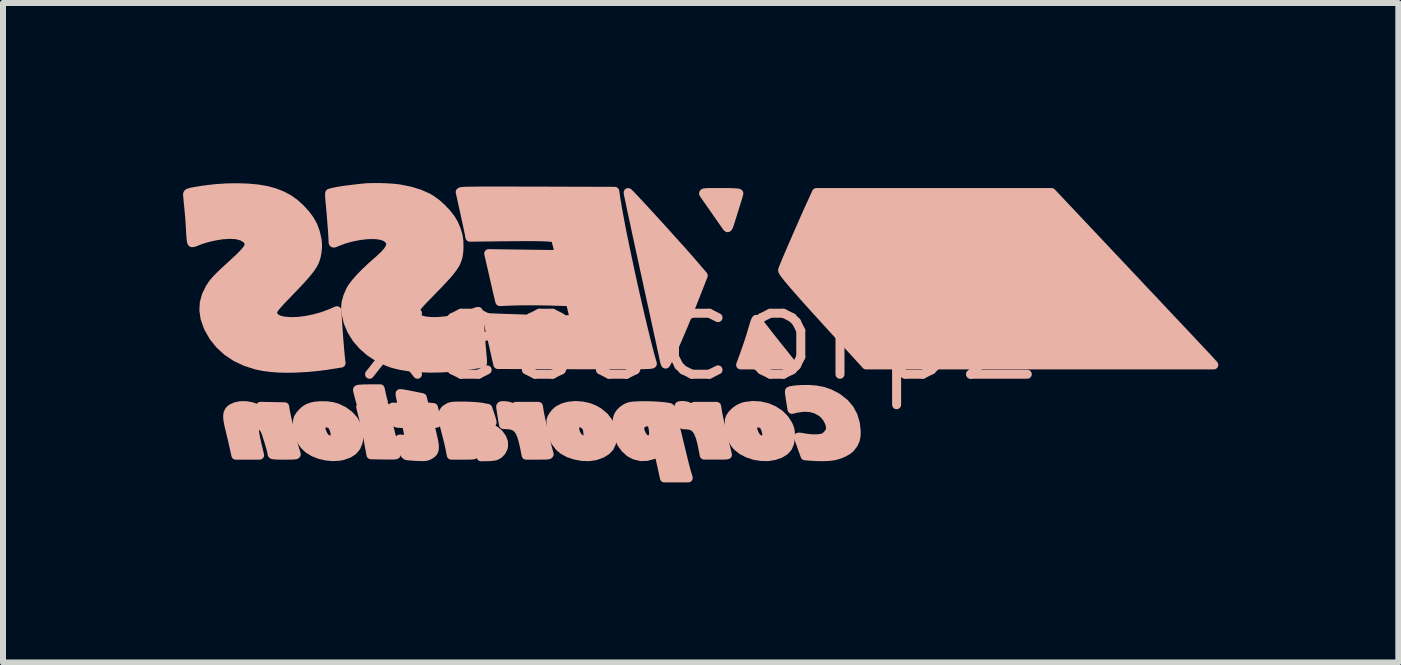
<source format=kicad_pcb>
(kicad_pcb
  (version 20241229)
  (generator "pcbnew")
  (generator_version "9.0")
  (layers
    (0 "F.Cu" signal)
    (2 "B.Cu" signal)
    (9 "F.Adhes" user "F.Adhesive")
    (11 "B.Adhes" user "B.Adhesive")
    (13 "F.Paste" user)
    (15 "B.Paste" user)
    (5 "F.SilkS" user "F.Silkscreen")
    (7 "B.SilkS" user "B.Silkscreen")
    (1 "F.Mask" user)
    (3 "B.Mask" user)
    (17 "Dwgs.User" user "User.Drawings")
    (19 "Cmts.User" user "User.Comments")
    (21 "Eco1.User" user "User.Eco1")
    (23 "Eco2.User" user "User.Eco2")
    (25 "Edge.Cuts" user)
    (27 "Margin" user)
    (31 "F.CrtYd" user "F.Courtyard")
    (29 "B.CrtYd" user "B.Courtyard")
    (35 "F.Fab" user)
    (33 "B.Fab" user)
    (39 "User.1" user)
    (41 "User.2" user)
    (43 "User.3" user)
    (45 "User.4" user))
  (footprint "xesscorp2"
    (layer "F.Cu")
    (at 8.623 2.488)
    (property "Reference" "xesscorp2" (at 0 0 0) (layer "B.SilkS") (effects (font (size 1.524 1.524) (thickness 0.15))))
    (attr through_hole)
    (fp_poly (pts (xy -5.716 0.955) (xy -5.716 0.955) (xy -5.713 0.974) (xy -5.704 1.011) (xy -5.692 1.059) (xy -5.691 1.063) (xy -5.666 1.158) (xy -5.474 1.162) (xy -5.405 1.163) (xy -5.349 1.162) (xy -5.308 1.16) (xy -5.289 1.157) (xy -5.287 1.155) (xy -5.293 1.138) (xy -5.303 1.101) (xy -5.314 1.052) (xy -5.316 1.042) (xy -5.339 0.94) (xy -5.528 0.941) (xy -5.606 0.942) (xy -5.666 0.945) (xy -5.703 0.949) (xy -5.716 0.955)) (stroke (width 0.15) (type solid)) (fill yes) (layer "B.SilkS"))
    (fp_poly (pts (xy 0.667 0.542) (xy 1.099 0.542) (xy 1.531 0.542) (xy 1.263 0.207) (xy 1.196 0.122) (xy 1.132 0.042) (xy 1.076 -0.031) (xy 1.028 -0.093) (xy 0.991 -0.141) (xy 0.968 -0.173) (xy 0.963 -0.181) (xy 0.948 -0.204) (xy 0.937 -0.217) (xy 0.927 -0.217) (xy 0.917 -0.202) (xy 0.904 -0.169) (xy 0.887 -0.116) (xy 0.865 -0.04) (xy 0.861 -0.027) (xy 0.838 0.051) (xy 0.808 0.144) (xy 0.776 0.24) (xy 0.744 0.329) (xy 0.74 0.342) (xy 0.667 0.542)) (stroke (width 0.15) (type solid)) (fill yes) (layer "B.SilkS"))
    (fp_poly (pts (xy -5.663 1.24) (xy -5.659 1.256) (xy -5.651 1.292) (xy -5.638 1.344) (xy -5.622 1.406) (xy -5.62 1.413) (xy -5.603 1.486) (xy -5.582 1.577) (xy -5.562 1.675) (xy -5.542 1.771) (xy -5.535 1.808) (xy -5.492 2.039) (xy -5.278 2.043) (xy -5.198 2.044) (xy -5.141 2.044) (xy -5.104 2.043) (xy -5.082 2.04) (xy -5.072 2.035) (xy -5.071 2.027) (xy -5.073 2.018) (xy -5.131 1.821) (xy -5.183 1.611) (xy -5.216 1.46) (xy -5.261 1.233) (xy -5.462 1.233) (xy -5.532 1.233) (xy -5.592 1.235) (xy -5.636 1.237) (xy -5.66 1.239) (xy -5.663 1.24)) (stroke (width 0.15) (type solid)) (fill yes) (layer "B.SilkS"))
    (fp_poly (pts (xy 0.05 -2.312) (xy 0.056 -2.304) (xy 0.056 -2.303) (xy 0.068 -2.286) (xy 0.093 -2.249) (xy 0.13 -2.197) (xy 0.175 -2.133) (xy 0.226 -2.06) (xy 0.281 -1.981) (xy 0.337 -1.9) (xy 0.393 -1.82) (xy 0.442 -1.75) (xy 0.45 -1.745) (xy 0.459 -1.753) (xy 0.471 -1.779) (xy 0.487 -1.826) (xy 0.501 -1.87) (xy 0.525 -1.948) (xy 0.553 -2.037) (xy 0.58 -2.123) (xy 0.59 -2.157) (xy 0.609 -2.217) (xy 0.624 -2.267) (xy 0.634 -2.302) (xy 0.637 -2.316) (xy 0.623 -2.321) (xy 0.584 -2.325) (xy 0.519 -2.328) (xy 0.429 -2.33) (xy 0.337 -2.33) (xy 0.24 -2.33) (xy 0.166 -2.33) (xy 0.114 -2.329) (xy 0.079 -2.327) (xy 0.059 -2.323) (xy 0.051 -2.319) (xy 0.05 -2.312)) (stroke (width 0.15) (type solid)) (fill yes) (layer "B.SilkS"))
    (fp_poly (pts (xy -3.331 1.234) (xy -3.329 1.255) (xy -3.323 1.296) (xy -3.315 1.35) (xy -3.308 1.394) (xy -3.285 1.535) (xy -3.207 1.539) (xy -3.144 1.547) (xy -3.093 1.567) (xy -3.05 1.6) (xy -3.015 1.649) (xy -2.984 1.717) (xy -2.957 1.807) (xy -2.932 1.92) (xy -2.907 2.046) (xy -2.712 2.046) (xy -2.636 2.045) (xy -2.583 2.044) (xy -2.549 2.042) (xy -2.531 2.038) (xy -2.524 2.031) (xy -2.525 2.022) (xy -2.525 2.022) (xy -2.537 1.98) (xy -2.553 1.919) (xy -2.572 1.842) (xy -2.593 1.755) (xy -2.614 1.664) (xy -2.635 1.574) (xy -2.654 1.491) (xy -2.669 1.42) (xy -2.68 1.366) (xy -2.685 1.341) (xy -2.702 1.233) (xy -2.89 1.233) (xy -3.078 1.233) (xy -3.069 1.268) (xy -3.065 1.288) (xy -3.07 1.295) (xy -3.087 1.287) (xy -3.12 1.265) (xy -3.133 1.256) (xy -3.165 1.241) (xy -3.207 1.229) (xy -3.252 1.222) (xy -3.293 1.22) (xy -3.322 1.224) (xy -3.331 1.234)) (stroke (width 0.15) (type solid)) (fill yes) (layer "B.SilkS"))
    (fp_poly (pts (xy -0.362 1.239) (xy -0.36 1.25) (xy -0.355 1.278) (xy -0.347 1.323) (xy -0.339 1.377) (xy -0.339 1.382) (xy -0.329 1.449) (xy -0.321 1.493) (xy -0.312 1.52) (xy -0.299 1.534) (xy -0.279 1.539) (xy -0.248 1.54) (xy -0.231 1.541) (xy -0.168 1.549) (xy -0.115 1.571) (xy -0.072 1.61) (xy -0.036 1.668) (xy -0.005 1.747) (xy 0.022 1.85) (xy 0.031 1.894) (xy 0.061 2.045) (xy 0.254 2.045) (xy 0.323 2.045) (xy 0.381 2.044) (xy 0.423 2.042) (xy 0.445 2.04) (xy 0.447 2.039) (xy 0.444 2.025) (xy 0.435 1.988) (xy 0.422 1.933) (xy 0.405 1.862) (xy 0.385 1.781) (xy 0.374 1.738) (xy 0.351 1.645) (xy 0.33 1.554) (xy 0.311 1.47) (xy 0.296 1.4) (xy 0.286 1.348) (xy 0.284 1.338) (xy 0.267 1.233) (xy 0.081 1.233) (xy -0.105 1.233) (xy -0.098 1.27) (xy -0.091 1.306) (xy -0.13 1.281) (xy -0.185 1.247) (xy -0.228 1.229) (xy -0.271 1.22) (xy -0.302 1.219) (xy -0.34 1.22) (xy -0.358 1.226) (xy -0.362 1.239)) (stroke (width 0.15) (type solid)) (fill yes) (layer "B.SilkS"))
    (fp_poly (pts (xy 1.366 -1.038) (xy 1.37 -1.023) (xy 1.386 -0.995) (xy 1.415 -0.955) (xy 1.458 -0.901) (xy 1.516 -0.832) (xy 1.588 -0.748) (xy 1.675 -0.649) (xy 1.779 -0.532) (xy 1.899 -0.399) (xy 2.036 -0.248) (xy 2.191 -0.078) (xy 2.254 -0.009) (xy 2.341 0.085) (xy 2.423 0.175) (xy 2.499 0.259) (xy 2.567 0.333) (xy 2.624 0.396) (xy 2.669 0.445) (xy 2.699 0.477) (xy 2.709 0.489) (xy 2.757 0.542) (xy 5.653 0.542) (xy 8.55 0.542) (xy 8.478 0.462) (xy 8.46 0.443) (xy 8.425 0.405) (xy 8.373 0.35) (xy 8.306 0.279) (xy 8.225 0.193) (xy 8.132 0.093) (xy 8.026 -0.019) (xy 7.91 -0.142) (xy 7.784 -0.275) (xy 7.651 -0.417) (xy 7.51 -0.567) (xy 7.362 -0.723) (xy 7.211 -0.884) (xy 7.126 -0.974) (xy 5.847 -2.33) (xy 3.888 -2.33) (xy 1.93 -2.33) (xy 1.817 -2.083) (xy 1.785 -2.013) (xy 1.748 -1.93) (xy 1.707 -1.836) (xy 1.663 -1.736) (xy 1.617 -1.632) (xy 1.572 -1.527) (xy 1.527 -1.425) (xy 1.486 -1.328) (xy 1.448 -1.24) (xy 1.416 -1.164) (xy 1.391 -1.103) (xy 1.374 -1.06) (xy 1.366 -1.039) (xy 1.366 -1.038)) (stroke (width 0.15) (type solid)) (fill yes) (layer "B.SilkS"))
    (fp_poly (pts (xy -2.494 1.475) (xy -2.49 1.604) (xy -2.464 1.72) (xy -2.417 1.822) (xy -2.351 1.907) (xy -2.287 1.961) (xy -2.194 2.011) (xy -2.098 2.043) (xy -2.098 1.619) (xy -2.096 1.566) (xy -2.076 1.528) (xy -2.042 1.508) (xy -1.996 1.507) (xy -1.953 1.523) (xy -1.911 1.558) (xy -1.886 1.611) (xy -1.877 1.685) (xy -1.876 1.691) (xy -1.878 1.736) (xy -1.884 1.761) (xy -1.898 1.777) (xy -1.91 1.784) (xy -1.954 1.795) (xy -1.998 1.78) (xy -2.03 1.756) (xy -2.057 1.723) (xy -2.08 1.682) (xy -2.081 1.682) (xy -2.098 1.619) (xy -2.098 2.043) (xy -2.087 2.046) (xy -1.973 2.067) (xy -1.861 2.07) (xy -1.758 2.056) (xy -1.748 2.053) (xy -1.647 2.017) (xy -1.571 1.97) (xy -1.517 1.912) (xy -1.484 1.84) (xy -1.478 1.816) (xy -1.466 1.749) (xy -1.465 1.695) (xy -1.474 1.643) (xy -1.486 1.604) (xy -1.535 1.497) (xy -1.605 1.407) (xy -1.697 1.33) (xy -1.768 1.289) (xy -1.867 1.249) (xy -1.975 1.226) (xy -2.086 1.219) (xy -2.194 1.229) (xy -2.292 1.255) (xy -2.369 1.295) (xy -2.411 1.331) (xy -2.45 1.378) (xy -2.48 1.427) (xy -2.494 1.47) (xy -2.494 1.475)) (stroke (width 0.15) (type solid)) (fill yes) (layer "B.SilkS"))
    (fp_poly (pts (xy -1.207 -2.329) (xy -1.205 -2.316) (xy -1.198 -2.279) (xy -1.185 -2.218) (xy -1.168 -2.136) (xy -1.147 -2.035) (xy -1.121 -1.916) (xy -1.092 -1.781) (xy -1.06 -1.631) (xy -1.025 -1.469) (xy -0.987 -1.296) (xy -0.948 -1.114) (xy -0.912 -0.952) (xy -0.871 -0.762) (xy -0.831 -0.579) (xy -0.792 -0.404) (xy -0.757 -0.24) (xy -0.724 -0.089) (xy -0.694 0.049) (xy -0.667 0.171) (xy -0.645 0.275) (xy -0.626 0.36) (xy -0.613 0.423) (xy -0.604 0.463) (xy -0.601 0.478) (xy -0.593 0.51) (xy -0.585 0.527) (xy -0.583 0.528) (xy -0.574 0.517) (xy -0.556 0.484) (xy -0.532 0.436) (xy -0.502 0.375) (xy -0.481 0.329) (xy -0.43 0.217) (xy -0.373 0.084) (xy -0.309 -0.065) (xy -0.243 -0.225) (xy -0.174 -0.392) (xy -0.107 -0.562) (xy -0.055 -0.693) (xy 0.044 -0.946) (xy -0.169 -1.194) (xy -0.214 -1.245) (xy -0.27 -1.309) (xy -0.336 -1.384) (xy -0.411 -1.466) (xy -0.491 -1.555) (xy -0.575 -1.648) (xy -0.661 -1.743) (xy -0.747 -1.838) (xy -0.832 -1.93) (xy -0.912 -2.018) (xy -0.987 -2.099) (xy -1.054 -2.171) (xy -1.111 -2.232) (xy -1.157 -2.28) (xy -1.189 -2.313) (xy -1.205 -2.328) (xy -1.207 -2.329)) (stroke (width 0.15) (type solid)) (fill yes) (layer "B.SilkS"))
    (fp_poly (pts (xy 0.474 1.555) (xy 0.488 1.66) (xy 0.521 1.76) (xy 0.57 1.85) (xy 0.609 1.897) (xy 0.689 1.962) (xy 0.787 2.013) (xy 0.867 2.039) (xy 0.867 1.598) (xy 0.875 1.561) (xy 0.889 1.532) (xy 0.909 1.512) (xy 0.934 1.505) (xy 0.965 1.508) (xy 1.007 1.518) (xy 1.041 1.536) (xy 1.044 1.539) (xy 1.066 1.57) (xy 1.086 1.618) (xy 1.1 1.671) (xy 1.105 1.719) (xy 1.103 1.739) (xy 1.083 1.773) (xy 1.047 1.791) (xy 1.003 1.792) (xy 0.958 1.774) (xy 0.943 1.763) (xy 0.916 1.729) (xy 0.89 1.681) (xy 0.872 1.631) (xy 0.867 1.598) (xy 0.867 2.039) (xy 0.897 2.049) (xy 1.012 2.068) (xy 1.128 2.069) (xy 1.23 2.052) (xy 1.327 2.018) (xy 1.4 1.973) (xy 1.452 1.916) (xy 1.483 1.844) (xy 1.496 1.754) (xy 1.497 1.727) (xy 1.495 1.666) (xy 1.489 1.62) (xy 1.475 1.578) (xy 1.457 1.538) (xy 1.396 1.443) (xy 1.315 1.363) (xy 1.218 1.299) (xy 1.109 1.252) (xy 0.992 1.225) (xy 0.87 1.218) (xy 0.747 1.233) (xy 0.712 1.242) (xy 0.646 1.27) (xy 0.584 1.312) (xy 0.531 1.363) (xy 0.494 1.417) (xy 0.48 1.456) (xy 0.474 1.555)) (stroke (width 0.15) (type solid)) (fill yes) (layer "B.SilkS"))
    (fp_poly (pts (xy -6.719 1.535) (xy -6.716 1.596) (xy -6.695 1.705) (xy -6.648 1.809) (xy -6.6 1.879) (xy -6.535 1.941) (xy -6.45 1.993) (xy -6.351 2.033) (xy -6.326 2.039) (xy -6.326 1.598) (xy -6.318 1.561) (xy -6.304 1.532) (xy -6.285 1.512) (xy -6.259 1.505) (xy -6.229 1.508) (xy -6.187 1.518) (xy -6.154 1.535) (xy -6.15 1.538) (xy -6.125 1.572) (xy -6.104 1.623) (xy -6.09 1.677) (xy -6.088 1.724) (xy -6.089 1.733) (xy -6.109 1.77) (xy -6.144 1.791) (xy -6.188 1.793) (xy -6.233 1.775) (xy -6.25 1.763) (xy -6.277 1.729) (xy -6.303 1.681) (xy -6.321 1.631) (xy -6.326 1.598) (xy -6.326 2.039) (xy -6.243 2.059) (xy -6.132 2.07) (xy -6.024 2.064) (xy -5.967 2.054) (xy -5.869 2.02) (xy -5.793 1.972) (xy -5.739 1.908) (xy -5.706 1.828) (xy -5.693 1.748) (xy -5.699 1.646) (xy -5.73 1.549) (xy -5.784 1.458) (xy -5.859 1.377) (xy -5.952 1.309) (xy -6.061 1.257) (xy -6.14 1.235) (xy -6.235 1.223) (xy -6.334 1.222) (xy -6.427 1.23) (xy -6.472 1.24) (xy -6.527 1.258) (xy -6.57 1.28) (xy -6.611 1.313) (xy -6.633 1.335) (xy -6.675 1.381) (xy -6.702 1.425) (xy -6.716 1.474) (xy -6.719 1.535)) (stroke (width 0.15) (type solid)) (fill yes) (layer "B.SilkS"))
    (fp_poly (pts (xy 1.48 0.995) (xy 1.484 1.031) (xy 1.491 1.083) (xy 1.499 1.134) (xy 1.523 1.282) (xy 1.598 1.264) (xy 1.719 1.247) (xy 1.831 1.253) (xy 1.933 1.282) (xy 2.021 1.334) (xy 2.059 1.367) (xy 2.111 1.432) (xy 2.148 1.505) (xy 2.166 1.578) (xy 2.167 1.599) (xy 2.156 1.645) (xy 2.126 1.693) (xy 2.085 1.734) (xy 2.059 1.751) (xy 2.01 1.766) (xy 1.941 1.773) (xy 1.86 1.773) (xy 1.772 1.765) (xy 1.717 1.756) (xy 1.672 1.748) (xy 1.64 1.745) (xy 1.628 1.746) (xy 1.629 1.746) (xy 1.634 1.762) (xy 1.647 1.797) (xy 1.666 1.847) (xy 1.686 1.905) (xy 1.74 2.056) (xy 1.841 2.064) (xy 1.948 2.07) (xy 2.053 2.071) (xy 2.147 2.066) (xy 2.224 2.056) (xy 2.235 2.053) (xy 2.312 2.031) (xy 2.385 2) (xy 2.449 1.964) (xy 2.495 1.926) (xy 2.499 1.921) (xy 2.548 1.855) (xy 2.577 1.792) (xy 2.591 1.722) (xy 2.593 1.659) (xy 2.579 1.52) (xy 2.542 1.393) (xy 2.482 1.28) (xy 2.398 1.181) (xy 2.291 1.096) (xy 2.255 1.074) (xy 2.147 1.019) (xy 2.039 0.982) (xy 1.921 0.96) (xy 1.822 0.952) (xy 1.755 0.951) (xy 1.685 0.952) (xy 1.616 0.956) (xy 1.556 0.962) (xy 1.51 0.97) (xy 1.483 0.978) (xy 1.481 0.98) (xy 1.48 0.995)) (stroke (width 0.15) (type solid)) (fill yes) (layer "B.SilkS"))
    (fp_poly (pts (xy -7.88 1.395) (xy -7.876 1.457) (xy -7.861 1.538) (xy -7.846 1.601) (xy -7.826 1.683) (xy -7.805 1.771) (xy -7.786 1.855) (xy -7.774 1.907) (xy -7.743 2.046) (xy -7.545 2.046) (xy -7.348 2.046) (xy -7.384 1.895) (xy -7.409 1.786) (xy -7.426 1.694) (xy -7.434 1.622) (xy -7.433 1.572) (xy -7.431 1.559) (xy -7.412 1.534) (xy -7.381 1.529) (xy -7.343 1.54) (xy -7.304 1.567) (xy -7.269 1.607) (xy -7.264 1.615) (xy -7.252 1.642) (xy -7.235 1.687) (xy -7.216 1.747) (xy -7.195 1.813) (xy -7.175 1.88) (xy -7.158 1.941) (xy -7.146 1.991) (xy -7.139 2.024) (xy -7.139 2.029) (xy -7.132 2.036) (xy -7.109 2.04) (xy -7.068 2.044) (xy -7.004 2.045) (xy -6.934 2.046) (xy -6.856 2.045) (xy -6.8 2.044) (xy -6.765 2.042) (xy -6.745 2.038) (xy -6.737 2.032) (xy -6.738 2.024) (xy -6.752 1.981) (xy -6.771 1.918) (xy -6.793 1.838) (xy -6.816 1.748) (xy -6.841 1.652) (xy -6.864 1.556) (xy -6.886 1.465) (xy -6.904 1.384) (xy -6.917 1.318) (xy -6.925 1.273) (xy -6.929 1.24) (xy -7.13 1.236) (xy -7.331 1.232) (xy -7.322 1.271) (xy -7.314 1.31) (xy -7.396 1.269) (xy -7.481 1.237) (xy -7.572 1.222) (xy -7.661 1.221) (xy -7.743 1.237) (xy -7.811 1.268) (xy -7.829 1.281) (xy -7.857 1.311) (xy -7.874 1.348) (xy -7.88 1.395)) (stroke (width 0.15) (type solid)) (fill yes) (layer "B.SilkS"))
    (fp_poly (pts (xy -5.131 1.246) (xy -5.105 1.369) (xy -5.094 1.425) (xy -5.083 1.47) (xy -5.075 1.499) (xy -5.073 1.505) (xy -5.056 1.512) (xy -5.021 1.516) (xy -4.987 1.517) (xy -4.908 1.517) (xy -4.892 1.572) (xy -4.88 1.621) (xy -4.87 1.677) (xy -4.868 1.692) (xy -4.864 1.733) (xy -4.869 1.756) (xy -4.883 1.77) (xy -4.89 1.774) (xy -4.929 1.784) (xy -4.974 1.781) (xy -4.999 1.777) (xy -5.015 1.778) (xy -5.021 1.787) (xy -5.018 1.808) (xy -5.006 1.845) (xy -4.984 1.902) (xy -4.97 1.939) (xy -4.944 1.998) (xy -4.922 2.034) (xy -4.902 2.051) (xy -4.9 2.052) (xy -4.874 2.056) (xy -4.829 2.06) (xy -4.77 2.065) (xy -4.721 2.067) (xy -4.653 2.069) (xy -4.605 2.069) (xy -4.572 2.065) (xy -4.545 2.057) (xy -4.521 2.046) (xy -4.484 2.022) (xy -4.457 1.996) (xy -4.441 1.964) (xy -4.435 1.921) (xy -4.438 1.865) (xy -4.452 1.792) (xy -4.473 1.697) (xy -4.478 1.677) (xy -4.492 1.62) (xy -4.503 1.573) (xy -4.51 1.541) (xy -4.511 1.532) (xy -4.499 1.523) (xy -4.468 1.518) (xy -4.45 1.517) (xy -4.414 1.515) (xy -4.392 1.51) (xy -4.39 1.507) (xy -4.393 1.49) (xy -4.402 1.454) (xy -4.414 1.403) (xy -4.421 1.375) (xy -4.451 1.253) (xy -4.525 1.246) (xy -4.599 1.24) (xy -4.618 1.164) (xy -4.637 1.088) (xy -4.82 1.051) (xy -4.886 1.038) (xy -4.943 1.028) (xy -4.984 1.022) (xy -5.006 1.02) (xy -5.007 1.02) (xy -5.007 1.035) (xy -5.001 1.07) (xy -4.991 1.117) (xy -4.987 1.136) (xy -4.962 1.246) (xy -5.046 1.246) (xy -5.131 1.246)) (stroke (width 0.15) (type solid)) (fill yes) (layer "B.SilkS"))
    (fp_poly (pts (xy -1.394 1.596) (xy -1.39 1.65) (xy -1.379 1.7) (xy -1.369 1.733) (xy -1.32 1.843) (xy -1.256 1.932) (xy -1.18 2.001) (xy -1.093 2.046) (xy -1.016 2.064) (xy -1.016 1.598) (xy -1.004 1.549) (xy -0.971 1.513) (xy -0.92 1.493) (xy -0.888 1.49) (xy -0.851 1.493) (xy -0.826 1.505) (xy -0.809 1.53) (xy -0.796 1.574) (xy -0.788 1.619) (xy -0.782 1.69) (xy -0.794 1.744) (xy -0.819 1.779) (xy -0.857 1.793) (xy -0.905 1.784) (xy -0.936 1.768) (xy -0.961 1.742) (xy -0.985 1.701) (xy -1.005 1.653) (xy -1.015 1.609) (xy -1.016 1.598) (xy -1.016 2.064) (xy -0.997 2.069) (xy -0.896 2.066) (xy -0.79 2.038) (xy -0.772 2.031) (xy -0.734 2.015) (xy -0.706 2.007) (xy -0.698 2.007) (xy -0.694 2.021) (xy -0.685 2.057) (xy -0.672 2.111) (xy -0.657 2.177) (xy -0.648 2.218) (xy -0.603 2.425) (xy -0.405 2.425) (xy -0.206 2.425) (xy -0.238 2.32) (xy -0.249 2.28) (xy -0.265 2.217) (xy -0.285 2.137) (xy -0.308 2.044) (xy -0.333 1.941) (xy -0.359 1.833) (xy -0.385 1.725) (xy -0.41 1.62) (xy -0.433 1.523) (xy -0.452 1.439) (xy -0.467 1.371) (xy -0.468 1.365) (xy -0.483 1.304) (xy -0.498 1.268) (xy -0.513 1.254) (xy -0.557 1.245) (xy -0.622 1.237) (xy -0.701 1.23) (xy -0.788 1.225) (xy -0.877 1.222) (xy -0.96 1.221) (xy -0.997 1.222) (xy -1.073 1.225) (xy -1.129 1.229) (xy -1.17 1.235) (xy -1.202 1.244) (xy -1.232 1.257) (xy -1.242 1.262) (xy -1.297 1.299) (xy -1.343 1.346) (xy -1.347 1.352) (xy -1.367 1.384) (xy -1.38 1.414) (xy -1.387 1.452) (xy -1.391 1.506) (xy -1.393 1.527) (xy -1.394 1.596)) (stroke (width 0.15) (type solid)) (fill yes) (layer "B.SilkS"))
    (fp_poly (pts (xy -4.292 1.377) (xy -4.289 1.448) (xy -4.272 1.541) (xy -4.249 1.634) (xy -4.228 1.713) (xy -4.207 1.795) (xy -4.189 1.871) (xy -4.177 1.927) (xy -4.153 2.046) (xy -3.958 2.046) (xy -3.881 2.045) (xy -3.828 2.044) (xy -3.794 2.042) (xy -3.776 2.037) (xy -3.77 2.031) (xy -3.771 2.024) (xy -3.778 2.003) (xy -3.788 1.963) (xy -3.802 1.912) (xy -3.816 1.856) (xy -3.829 1.804) (xy -3.838 1.762) (xy -3.839 1.759) (xy -3.839 1.746) (xy -3.825 1.743) (xy -3.795 1.751) (xy -3.729 1.773) (xy -3.687 1.799) (xy -3.671 1.826) (xy -3.671 1.829) (xy -3.679 1.85) (xy -3.704 1.859) (xy -3.742 1.858) (xy -3.752 1.861) (xy -3.752 1.874) (xy -3.742 1.902) (xy -3.72 1.948) (xy -3.712 1.964) (xy -3.657 2.073) (xy -3.559 2.071) (xy -3.504 2.069) (xy -3.453 2.064) (xy -3.419 2.058) (xy -3.363 2.029) (xy -3.318 1.981) (xy -3.289 1.923) (xy -3.284 1.902) (xy -3.284 1.83) (xy -3.308 1.763) (xy -3.356 1.696) (xy -3.372 1.679) (xy -3.412 1.645) (xy -3.457 1.616) (xy -3.512 1.591) (xy -3.582 1.568) (xy -3.672 1.545) (xy -3.738 1.531) (xy -3.812 1.513) (xy -3.86 1.495) (xy -3.884 1.477) (xy -3.886 1.457) (xy -3.867 1.436) (xy -3.841 1.428) (xy -3.794 1.429) (xy -3.733 1.436) (xy -3.662 1.451) (xy -3.587 1.471) (xy -3.565 1.478) (xy -3.521 1.492) (xy -3.489 1.5) (xy -3.474 1.501) (xy -3.476 1.487) (xy -3.485 1.453) (xy -3.499 1.406) (xy -3.507 1.381) (xy -3.545 1.267) (xy -3.645 1.248) (xy -3.697 1.241) (xy -3.766 1.235) (xy -3.847 1.231) (xy -3.929 1.228) (xy -3.949 1.228) (xy -4.033 1.228) (xy -4.096 1.229) (xy -4.143 1.234) (xy -4.179 1.243) (xy -4.209 1.258) (xy -4.241 1.279) (xy -4.259 1.293) (xy -4.282 1.325) (xy -4.292 1.377)) (stroke (width 0.15) (type solid)) (fill yes) (layer "B.SilkS"))
    (fp_poly (pts (xy -4.005 -2.338) (xy -4.005 -2.334) (xy -4.005 -2.333) (xy -4 -2.313) (xy -3.99 -2.271) (xy -3.977 -2.211) (xy -3.961 -2.138) (xy -3.943 -2.057) (xy -3.924 -1.971) (xy -3.906 -1.886) (xy -3.888 -1.805) (xy -3.873 -1.734) (xy -3.861 -1.676) (xy -3.853 -1.637) (xy -3.85 -1.623) (xy -3.844 -1.586) (xy -3.267 -1.593) (xy -3.138 -1.594) (xy -3.013 -1.595) (xy -2.895 -1.595) (xy -2.788 -1.595) (xy -2.695 -1.594) (xy -2.621 -1.592) (xy -2.568 -1.59) (xy -2.554 -1.589) (xy -2.42 -1.578) (xy -2.397 -1.487) (xy -2.383 -1.432) (xy -2.371 -1.38) (xy -2.364 -1.346) (xy -2.355 -1.296) (xy -2.943 -1.304) (xy -3.53 -1.312) (xy -3.447 -0.95) (xy -3.425 -0.853) (xy -3.404 -0.763) (xy -3.386 -0.684) (xy -3.371 -0.62) (xy -3.36 -0.575) (xy -3.355 -0.552) (xy -3.355 -0.551) (xy -3.345 -0.514) (xy -3.105 -0.523) (xy -3.02 -0.525) (xy -2.915 -0.526) (xy -2.799 -0.526) (xy -2.679 -0.525) (xy -2.563 -0.523) (xy -2.519 -0.522) (xy -2.172 -0.512) (xy -2.141 -0.381) (xy -2.127 -0.324) (xy -2.115 -0.276) (xy -2.107 -0.244) (xy -2.104 -0.236) (xy -2.113 -0.226) (xy -2.147 -0.217) (xy -2.184 -0.213) (xy -2.219 -0.211) (xy -2.278 -0.211) (xy -2.358 -0.211) (xy -2.456 -0.212) (xy -2.57 -0.214) (xy -2.695 -0.217) (xy -2.83 -0.22) (xy -2.971 -0.224) (xy -3.115 -0.229) (xy -3.259 -0.233) (xy -3.355 -0.237) (xy -3.561 -0.245) (xy -3.547 -0.194) (xy -3.54 -0.166) (xy -3.528 -0.117) (xy -3.512 -0.05) (xy -3.493 0.031) (xy -3.472 0.122) (xy -3.455 0.196) (xy -3.378 0.535) (xy -2.088 0.539) (xy -1.872 0.539) (xy -1.681 0.54) (xy -1.515 0.54) (xy -1.37 0.54) (xy -1.247 0.54) (xy -1.143 0.54) (xy -1.056 0.539) (xy -0.985 0.538) (xy -0.929 0.537) (xy -0.885 0.535) (xy -0.853 0.534) (xy -0.83 0.531) (xy -0.816 0.529) (xy -0.808 0.526) (xy -0.804 0.522) (xy -0.805 0.518) (xy -0.805 0.518) (xy -0.835 0.413) (xy -0.869 0.285) (xy -0.907 0.136) (xy -0.948 -0.03) (xy -0.991 -0.209) (xy -1.036 -0.4) (xy -1.081 -0.597) (xy -1.126 -0.799) (xy -1.171 -1.002) (xy -1.214 -1.203) (xy -1.255 -1.399) (xy -1.294 -1.586) (xy -1.329 -1.762) (xy -1.359 -1.923) (xy -1.385 -2.065) (xy -1.405 -2.187) (xy -1.408 -2.201) (xy -1.43 -2.35) (xy -2.721 -2.354) (xy -2.937 -2.354) (xy -3.128 -2.355) (xy -3.294 -2.355) (xy -3.438 -2.355) (xy -3.562 -2.355) (xy -3.666 -2.355) (xy -3.753 -2.354) (xy -3.824 -2.353) (xy -3.88 -2.352) (xy -3.924 -2.351) (xy -3.956 -2.349) (xy -3.979 -2.347) (xy -3.993 -2.344) (xy -4.001 -2.341) (xy -4.005 -2.338)) (stroke (width 0.15) (type solid)) (fill yes) (layer "B.SilkS"))
    (fp_poly (pts (xy -8.548 -2.297) (xy -8.546 -2.274) (xy -8.542 -2.229) (xy -8.537 -2.17) (xy -8.529 -2.101) (xy -8.528 -2.086) (xy -8.52 -1.999) (xy -8.511 -1.898) (xy -8.504 -1.795) (xy -8.499 -1.702) (xy -8.494 -1.613) (xy -8.488 -1.548) (xy -8.481 -1.508) (xy -8.474 -1.495) (xy -8.454 -1.497) (xy -8.418 -1.508) (xy -8.385 -1.522) (xy -8.304 -1.552) (xy -8.204 -1.581) (xy -8.096 -1.605) (xy -7.987 -1.623) (xy -7.957 -1.627) (xy -7.833 -1.634) (xy -7.727 -1.626) (xy -7.64 -1.603) (xy -7.575 -1.564) (xy -7.552 -1.542) (xy -7.531 -1.511) (xy -7.521 -1.479) (xy -7.524 -1.445) (xy -7.541 -1.405) (xy -7.574 -1.359) (xy -7.625 -1.302) (xy -7.693 -1.235) (xy -7.781 -1.153) (xy -7.797 -1.138) (xy -7.888 -1.055) (xy -7.962 -0.987) (xy -8.02 -0.93) (xy -8.067 -0.882) (xy -8.104 -0.84) (xy -8.134 -0.8) (xy -8.161 -0.76) (xy -8.176 -0.737) (xy -8.235 -0.616) (xy -8.269 -0.493) (xy -8.276 -0.368) (xy -8.257 -0.238) (xy -8.211 -0.104) (xy -8.197 -0.072) (xy -8.114 0.073) (xy -8.01 0.202) (xy -7.886 0.315) (xy -7.743 0.41) (xy -7.583 0.486) (xy -7.406 0.543) (xy -7.281 0.569) (xy -7.167 0.584) (xy -7.033 0.594) (xy -6.888 0.598) (xy -6.74 0.595) (xy -6.699 0.593) (xy -6.544 0.584) (xy -6.399 0.57) (xy -6.251 0.552) (xy -6.128 0.533) (xy -5.99 0.511) (xy -5.996 0.469) (xy -6 0.431) (xy -6.006 0.371) (xy -6.013 0.294) (xy -6.02 0.207) (xy -6.028 0.114) (xy -6.035 0.02) (xy -6.041 -0.068) (xy -6.047 -0.147) (xy -6.05 -0.198) (xy -6.059 -0.361) (xy -6.166 -0.315) (xy -6.293 -0.267) (xy -6.43 -0.229) (xy -6.57 -0.2) (xy -6.707 -0.183) (xy -6.834 -0.179) (xy -6.942 -0.188) (xy -7.021 -0.206) (xy -7.077 -0.233) (xy -7.113 -0.272) (xy -7.121 -0.286) (xy -7.13 -0.308) (xy -7.133 -0.331) (xy -7.127 -0.356) (xy -7.112 -0.386) (xy -7.086 -0.423) (xy -7.046 -0.47) (xy -6.992 -0.53) (xy -6.921 -0.604) (xy -6.871 -0.656) (xy -6.764 -0.767) (xy -6.675 -0.861) (xy -6.602 -0.942) (xy -6.544 -1.012) (xy -6.497 -1.072) (xy -6.462 -1.126) (xy -6.435 -1.177) (xy -6.416 -1.226) (xy -6.402 -1.277) (xy -6.392 -1.331) (xy -6.391 -1.341) (xy -6.383 -1.415) (xy -6.383 -1.48) (xy -6.391 -1.545) (xy -6.418 -1.667) (xy -6.457 -1.774) (xy -6.511 -1.873) (xy -6.583 -1.97) (xy -6.672 -2.066) (xy -6.766 -2.151) (xy -6.863 -2.22) (xy -6.971 -2.278) (xy -7.099 -2.328) (xy -7.105 -2.33) (xy -7.23 -2.364) (xy -7.376 -2.389) (xy -7.539 -2.404) (xy -7.715 -2.41) (xy -7.901 -2.407) (xy -8.091 -2.394) (xy -8.282 -2.371) (xy -8.423 -2.348) (xy -8.482 -2.337) (xy -8.519 -2.327) (xy -8.539 -2.318) (xy -8.547 -2.306) (xy -8.548 -2.297)) (stroke (width 0.15) (type solid)) (fill yes) (layer "B.SilkS"))
    (fp_poly (pts (xy -6.182 -2.302) (xy -6.181 -2.265) (xy -6.177 -2.211) (xy -6.171 -2.147) (xy -6.17 -2.14) (xy -6.165 -2.081) (xy -6.158 -2.007) (xy -6.151 -1.922) (xy -6.144 -1.832) (xy -6.137 -1.742) (xy -6.131 -1.659) (xy -6.127 -1.586) (xy -6.124 -1.531) (xy -6.123 -1.501) (xy -6.12 -1.49) (xy -6.108 -1.488) (xy -6.082 -1.497) (xy -6.038 -1.516) (xy -5.941 -1.552) (xy -5.827 -1.584) (xy -5.707 -1.609) (xy -5.589 -1.625) (xy -5.507 -1.63) (xy -5.401 -1.628) (xy -5.317 -1.615) (xy -5.252 -1.592) (xy -5.202 -1.558) (xy -5.201 -1.557) (xy -5.17 -1.515) (xy -5.161 -1.468) (xy -5.174 -1.415) (xy -5.212 -1.354) (xy -5.273 -1.285) (xy -5.359 -1.206) (xy -5.361 -1.204) (xy -5.477 -1.102) (xy -5.582 -1.003) (xy -5.672 -0.911) (xy -5.745 -0.828) (xy -5.8 -0.756) (xy -5.828 -0.711) (xy -5.878 -0.6) (xy -5.907 -0.497) (xy -5.915 -0.398) (xy -5.909 -0.323) (xy -5.874 -0.174) (xy -5.814 -0.032) (xy -5.732 0.1) (xy -5.628 0.22) (xy -5.506 0.326) (xy -5.366 0.416) (xy -5.211 0.489) (xy -5.127 0.519) (xy -5.002 0.55) (xy -4.854 0.574) (xy -4.69 0.589) (xy -4.513 0.596) (xy -4.327 0.593) (xy -4.138 0.582) (xy -4.132 0.581) (xy -4.08 0.576) (xy -4.016 0.568) (xy -3.944 0.559) (xy -3.869 0.549) (xy -3.797 0.538) (xy -3.732 0.528) (xy -3.68 0.52) (xy -3.646 0.513) (xy -3.634 0.509) (xy -3.633 0.495) (xy -3.635 0.459) (xy -3.639 0.408) (xy -3.644 0.357) (xy -3.649 0.296) (xy -3.656 0.214) (xy -3.664 0.121) (xy -3.671 0.023) (xy -3.677 -0.066) (xy -3.683 -0.149) (xy -3.69 -0.223) (xy -3.695 -0.284) (xy -3.7 -0.327) (xy -3.703 -0.348) (xy -3.704 -0.349) (xy -3.719 -0.348) (xy -3.751 -0.337) (xy -3.789 -0.322) (xy -3.933 -0.267) (xy -4.084 -0.224) (xy -4.236 -0.194) (xy -4.381 -0.18) (xy -4.484 -0.18) (xy -4.588 -0.19) (xy -4.667 -0.21) (xy -4.722 -0.238) (xy -4.755 -0.277) (xy -4.766 -0.326) (xy -4.762 -0.36) (xy -4.757 -0.378) (xy -4.745 -0.399) (xy -4.725 -0.427) (xy -4.695 -0.463) (xy -4.653 -0.51) (xy -4.596 -0.57) (xy -4.523 -0.645) (xy -4.486 -0.683) (xy -4.379 -0.792) (xy -4.291 -0.886) (xy -4.218 -0.966) (xy -4.161 -1.036) (xy -4.116 -1.097) (xy -4.082 -1.153) (xy -4.059 -1.206) (xy -4.042 -1.259) (xy -4.033 -1.314) (xy -4.027 -1.374) (xy -4.026 -1.402) (xy -4.027 -1.513) (xy -4.041 -1.613) (xy -4.07 -1.71) (xy -4.115 -1.815) (xy -4.164 -1.896) (xy -4.231 -1.982) (xy -4.311 -2.067) (xy -4.397 -2.145) (xy -4.484 -2.209) (xy -4.545 -2.245) (xy -4.685 -2.307) (xy -4.835 -2.353) (xy -5.001 -2.387) (xy -5.025 -2.391) (xy -5.119 -2.402) (xy -5.228 -2.409) (xy -5.344 -2.413) (xy -5.458 -2.413) (xy -5.56 -2.41) (xy -5.618 -2.405) (xy -5.73 -2.393) (xy -5.819 -2.382) (xy -5.892 -2.373) (xy -5.953 -2.365) (xy -6.007 -2.356) (xy -6.055 -2.348) (xy -6.108 -2.337) (xy -6.151 -2.327) (xy -6.176 -2.32) (xy -6.18 -2.318) (xy -6.182 -2.302)) (stroke (width 0.15) (type solid)) (fill yes) (layer "B.SilkS")))
  (gr_rect
    (start -3 -3)
    (end 20.248 7.988)
    (stroke (width 0.1) (type default))
    (fill no)
    (layer "Edge.Cuts")))
</source>
